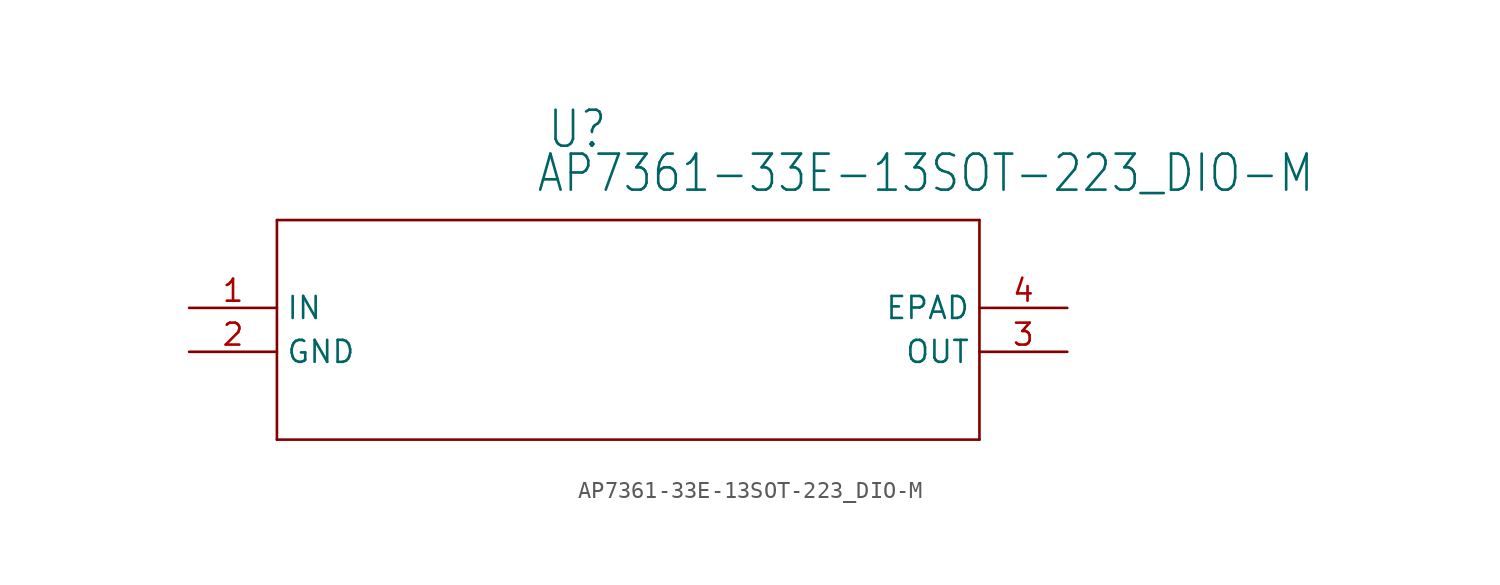
<source format=kicad_sym>
(kicad_symbol_lib
  (version 20211014)
  (generator kicad_symbol_editor)
  (symbol "AP7361-33E-13SOT-223_DIO-M"
    (property "Reference" "U"
      (at 23.216 9.119 0)
      (effects (font (size 2.083 1.77)) (justify left bottom)))
    (property "Value" "AP7361-33E-13SOT-223_DIO-M"
      (at 22.581 6.579 0)
      (effects (font (size 2.083 1.77)) (justify left bottom)))
    (property "ki_locked" ""
      (at 0 0 0)
      (effects (font (size 1.27 1.27))))
    (symbol "AP7361-33E-13SOT-223_DIO-M_1_0"
      (polyline (pts (xy 7.62 -7.62) (xy 48.26 -7.62)) (stroke (width 0.152) (type default) (color 0 0 0 0)) (fill (type none)))
      (polyline (pts (xy 7.62 5.08) (xy 7.62 -7.62)) (stroke (width 0.152) (type default) (color 0 0 0 0)) (fill (type none)))
      (polyline (pts (xy 48.26 -7.62) (xy 48.26 5.08)) (stroke (width 0.152) (type default) (color 0 0 0 0)) (fill (type none)))
      (polyline (pts (xy 48.26 5.08) (xy 7.62 5.08)) (stroke (width 0.152) (type default) (color 0 0 0 0)) (fill (type none)))
      (pin input line (at 2.54 0 0) (length 5.08) (name "IN" (effects (font (size 1.27 1.27)))) (number "1" (effects (font (size 1.27 1.27)))))
      (pin power_in line (at 2.54 -2.54 0) (length 5.08) (name "GND" (effects (font (size 1.27 1.27)))) (number "2" (effects (font (size 1.27 1.27)))))
      (pin output line (at 53.34 -2.54 180) (length 5.08) (name "OUT" (effects (font (size 1.27 1.27)))) (number "3" (effects (font (size 1.27 1.27)))))
      (pin passive line (at 53.34 0 180) (length 5.08) (name "EPAD" (effects (font (size 1.27 1.27)))) (number "4" (effects (font (size 1.27 1.27))))))))
</source>
